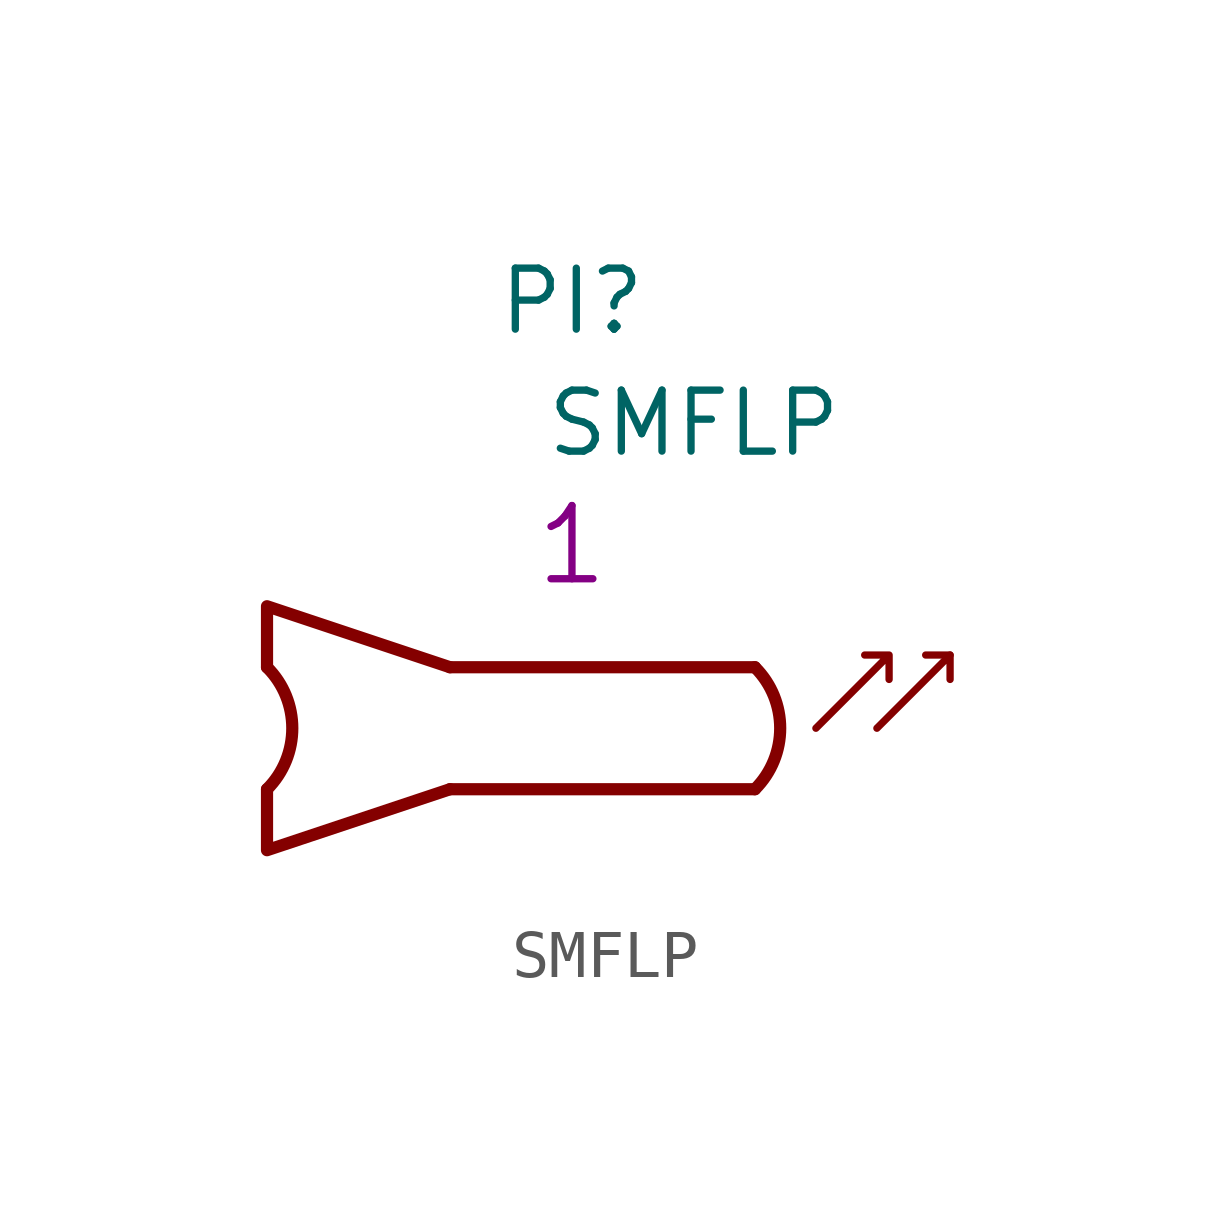
<source format=kicad_sym>
(kicad_symbol_lib
  (version 20201005)
  (generator kicad_symbol_editor)
  (symbol "S_OpticalDevice:SMFLP"
    (property "Reference" "PI"
      (at 2.54 8.89 0)
      (effects (font (size 1.27 1.27))))
    (property "Value" "SMFLP"
      (at 5.08 6.35 0)
      (effects (font (size 1.27 1.27))))
    (property "Qty" "1"
      (at 2.54 3.81 0)
      (effects (font (size 1.524 1.524))))
    (symbol "SMFLP_0_1"
      (arc (start 6.3501 1.27) (end 6.3501 -1.27) (radius (at 5.08 0) (length 1.7961) (angles 45 -45)) (stroke (width 0.254)) (fill (type none)))
      (arc (start -3.8099 1.27) (end -3.8099 -1.27) (radius (at -5.08 0) (length 1.7961) (angles 45 -45)) (stroke (width 0.254)) (fill (type none)))
      (polyline (pts (xy 0 1.27) (xy 6.35 1.27)) (stroke (width 0.254)) (fill (type none)))
      (polyline (pts (xy 6.35 -1.27) (xy 0 -1.27)) (stroke (width 0.254)) (fill (type none)))
      (polyline (pts (xy 0 -1.27) (xy 0 -1.27) (xy -3.81 -2.54) (xy -3.81 -1.27)) (stroke (width 0.254)) (fill (type none)))
      (polyline (pts (xy 0 1.27) (xy 0 1.27) (xy -3.81 2.54) (xy -3.81 1.27)) (stroke (width 0.254)) (fill (type none)))
      (polyline (pts (xy 10.414 1.524) (xy 9.906 1.524)) (stroke (width 0)) (fill (type none)))
      (polyline (pts (xy 8.89 0) (xy 10.414 1.524) (xy 10.414 1.016)) (stroke (width 0)) (fill (type none)))
      (polyline (pts (xy 7.62 0) (xy 9.144 1.524) (xy 9.144 1.016) (xy 9.144 1.524) (xy 8.636 1.524)) (stroke (width 0)) (fill (type none))))))
</source>
